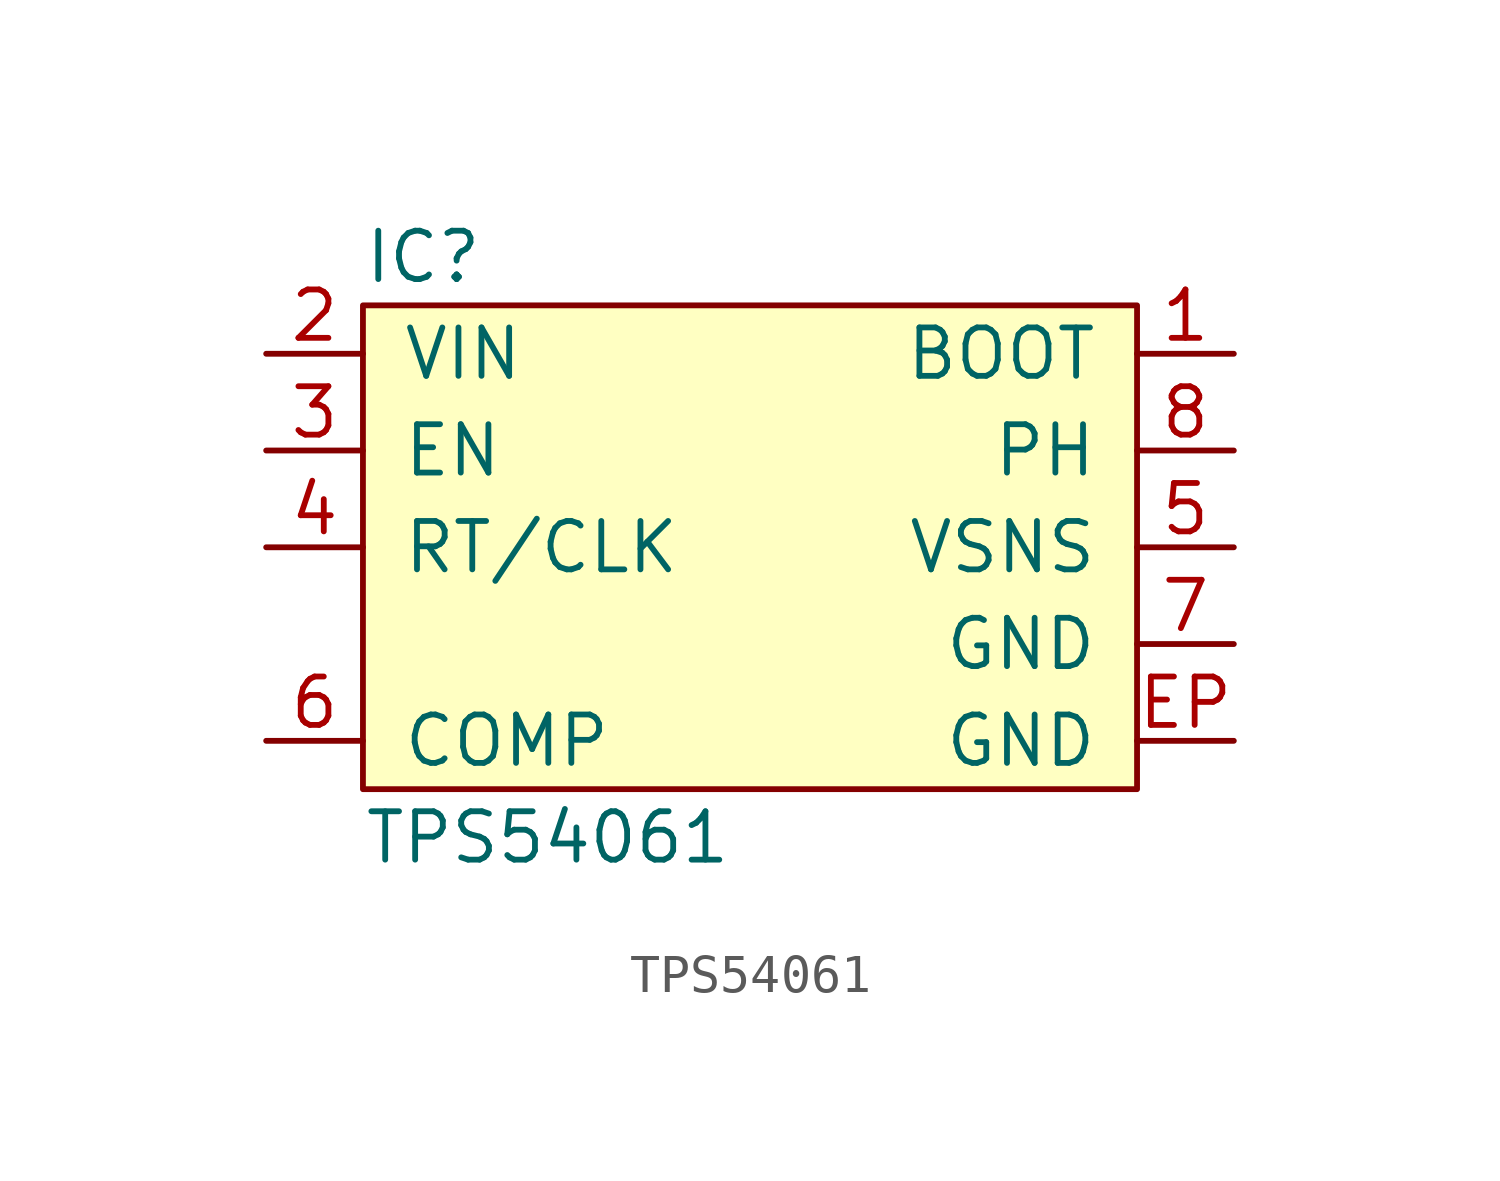
<source format=kicad_sym>
(kicad_symbol_lib
  (version 20211014)
  (generator agg_kicad.build_lib_ic)
  (symbol "TPS54061"
    (pin_names
      (offset 1.016))
    (property Reference IC
      (at -10.16 7.62 0)
      (effects (font (size 1.27 1.27)) (justify left)))
    (property Value "TPS54061"
      (at -10.16 -7.62 0)
      (effects (font (size 1.27 1.27)) (justify left)))
    (symbol "TPS54061_0_0"
      (rectangle (start -10.16 6.35) (end 10.16 -6.35) (stroke (width 0) (type default) (color 0 0 0 0)) (fill (type background)))
      (pin power_in line (at -12.7 5.08 0) (length 2.54) (name VIN (effects (font (size 1.27 1.27)))) (number "2" (effects (font (size 1.27 1.27)))))
      (pin input line (at -12.7 2.54 0) (length 2.54) (name EN (effects (font (size 1.27 1.27)))) (number "3" (effects (font (size 1.27 1.27)))))
      (pin input line (at -12.7 0 0) (length 2.54) (name "RT/CLK" (effects (font (size 1.27 1.27)))) (number "4" (effects (font (size 1.27 1.27)))))
      (pin passive line (at -12.7 -5.08 0) (length 2.54) (name COMP (effects (font (size 1.27 1.27)))) (number "6" (effects (font (size 1.27 1.27)))))
      (pin passive line (at 12.7 5.08 180) (length 2.54) (name BOOT (effects (font (size 1.27 1.27)))) (number "1" (effects (font (size 1.27 1.27)))))
      (pin output line (at 12.7 2.54 180) (length 2.54) (name PH (effects (font (size 1.27 1.27)))) (number "8" (effects (font (size 1.27 1.27)))))
      (pin input line (at 12.7 0 180) (length 2.54) (name VSNS (effects (font (size 1.27 1.27)))) (number "5" (effects (font (size 1.27 1.27)))))
      (pin power_in line (at 12.7 -2.54 180) (length 2.54) (name GND (effects (font (size 1.27 1.27)))) (number "7" (effects (font (size 1.27 1.27)))))
      (pin power_in line (at 12.7 -5.08 180) (length 2.54) (name GND (effects (font (size 1.27 1.27)))) (number EP (effects (font (size 1.27 1.27))))))))
</source>
